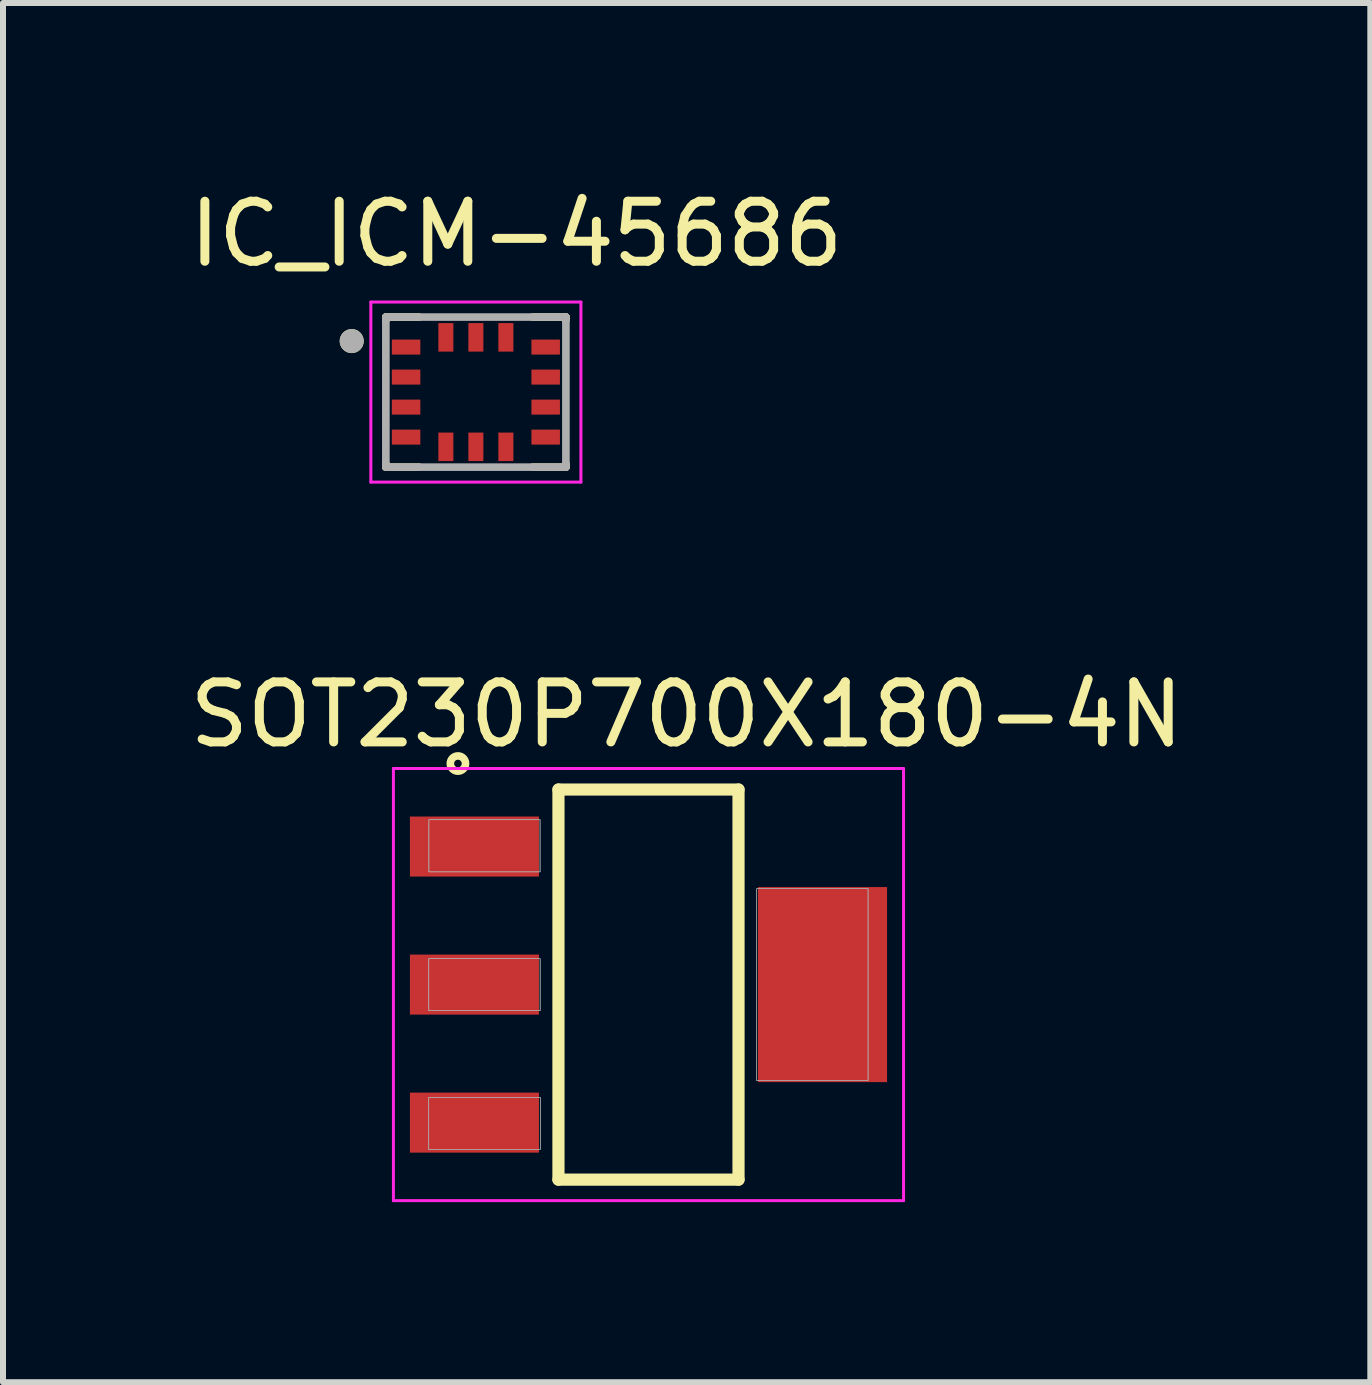
<source format=kicad_pcb>
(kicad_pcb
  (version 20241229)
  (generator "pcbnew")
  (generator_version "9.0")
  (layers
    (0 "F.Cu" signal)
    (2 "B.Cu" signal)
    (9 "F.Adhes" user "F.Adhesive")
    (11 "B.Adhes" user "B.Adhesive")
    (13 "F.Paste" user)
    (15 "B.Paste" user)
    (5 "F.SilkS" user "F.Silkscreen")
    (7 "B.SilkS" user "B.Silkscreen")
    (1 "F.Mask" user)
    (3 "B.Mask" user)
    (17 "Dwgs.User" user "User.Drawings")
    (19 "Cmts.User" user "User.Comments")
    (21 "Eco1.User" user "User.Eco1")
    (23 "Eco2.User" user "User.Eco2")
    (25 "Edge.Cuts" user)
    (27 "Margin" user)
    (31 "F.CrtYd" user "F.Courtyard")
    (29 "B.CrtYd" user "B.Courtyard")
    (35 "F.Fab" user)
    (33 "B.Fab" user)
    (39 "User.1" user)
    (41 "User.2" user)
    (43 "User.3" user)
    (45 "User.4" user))
  (footprint "SOT230P700X180-4N"
    (layer "F.Cu")
    (at 7.755 13.355)
    (property "Reference" "SOT230P700X180-4N" (at 0.635 -4.498 0) (layer "F.SilkS") (effects (font (size 1 1) (thickness 0.15))))
    (attr smd)
    (fp_line (start -1.5 -3.25) (end 1.5 -3.25) (stroke (width 0.203) (type solid)) (layer "F.SilkS"))
    (fp_line (start -1.5 3.25) (end -1.5 -3.25) (stroke (width 0.203) (type solid)) (layer "F.SilkS"))
    (fp_line (start 1.5 -3.25) (end 1.5 3.25) (stroke (width 0.203) (type solid)) (layer "F.SilkS"))
    (fp_line (start 1.5 3.25) (end -1.5 3.25) (stroke (width 0.203) (type solid)) (layer "F.SilkS"))
    (fp_circle (center -3.175 -3.683) (end -3.048 -3.683) (stroke (width 0.127) (type solid)) (fill no) (layer "F.SilkS"))
    (fp_line (start -4.25 -3.6) (end 4.25 -3.6) (stroke (width 0.05) (type solid)) (layer "F.CrtYd"))
    (fp_line (start -4.25 3.6) (end -4.25 -3.6) (stroke (width 0.05) (type solid)) (layer "F.CrtYd"))
    (fp_line (start 4.25 -3.6) (end 4.25 3.6) (stroke (width 0.05) (type solid)) (layer "F.CrtYd"))
    (fp_line (start 4.25 3.6) (end -4.25 3.6) (stroke (width 0.05) (type solid)) (layer "F.CrtYd"))
    (fp_poly (pts (xy -1.807 -2.747) (xy -1.807 -1.878) (xy -3.659 -1.878) (xy -3.659 -2.747)) (stroke (width 0.01) (type solid)) (fill no) (layer "F.Fab"))
    (fp_poly (pts (xy -1.806 -2.746) (xy -1.806 -1.879) (xy -3.659 -1.879) (xy -3.659 -2.746)) (stroke (width 0.01) (type solid)) (fill no) (layer "F.Fab"))
    (fp_poly (pts (xy -1.805 -0.434) (xy -1.805 0.435) (xy -3.661 0.435) (xy -3.661 -0.434)) (stroke (width 0.01) (type solid)) (fill no) (layer "F.Fab"))
    (fp_poly (pts (xy -1.805 -0.433) (xy -1.805 0.434) (xy -3.66 0.434) (xy -3.66 -0.433)) (stroke (width 0.01) (type solid)) (fill no) (layer "F.Fab"))
    (fp_poly (pts (xy -1.803 1.88) (xy -1.803 2.747) (xy -3.661 2.747) (xy -3.661 1.88)) (stroke (width 0.01) (type solid)) (fill no) (layer "F.Fab"))
    (fp_poly (pts (xy -1.803 1.88) (xy -1.803 2.749) (xy -3.663 2.749) (xy -3.663 1.88)) (stroke (width 0.01) (type solid)) (fill no) (layer "F.Fab"))
    (fp_poly (pts (xy 3.658 -1.6) (xy 3.658 1.6) (xy 1.803 1.6) (xy 1.803 -1.6)) (stroke (width 0.01) (type solid)) (fill no) (layer "F.Fab"))
    (fp_poly (pts (xy 3.659 -1.599) (xy 3.659 1.6) (xy 1.804 1.6) (xy 1.804 -1.599)) (stroke (width 0.01) (type solid)) (fill no) (layer "F.Fab"))
    (pad "1" smd rect (at -2.9 -2.3) (size 2.15 1) (layers "F.Cu" "F.Mask" "F.Paste"))
    (pad "2" smd rect (at -2.9 0) (size 2.15 1) (layers "F.Cu" "F.Mask" "F.Paste"))
    (pad "3" smd rect (at -2.9 2.3) (size 2.15 1) (layers "F.Cu" "F.Mask" "F.Paste"))
    (pad "4" smd rect (at 2.9 0) (size 2.15 3.25) (layers "F.Cu" "F.Mask" "F.Paste")))
  (footprint "IC_ICM-45686"
    (layer "F.Cu")
    (at 4.879 3.483)
    (property "Reference" "IC_ICM-45686" (at 0.675 -2.635 0) (layer "F.SilkS") (effects (font (size 1 1) (thickness 0.15))))
    (attr smd)
    (fp_poly (pts (xy -1.45 -0.925) (xy -0.875 -0.925) (xy -0.875 -0.575) (xy -1.45 -0.575)) (stroke (width 0.01) (type solid)) (fill yes) (layer "F.Mask"))
    (fp_poly (pts (xy -1.45 -0.425) (xy -0.875 -0.425) (xy -0.875 -0.075) (xy -1.45 -0.075)) (stroke (width 0.01) (type solid)) (fill yes) (layer "F.Mask"))
    (fp_poly (pts (xy -1.45 0.075) (xy -0.875 0.075) (xy -0.875 0.425) (xy -1.45 0.425)) (stroke (width 0.01) (type solid)) (fill yes) (layer "F.Mask"))
    (fp_poly (pts (xy -1.45 0.575) (xy -0.875 0.575) (xy -0.875 0.925) (xy -1.45 0.925)) (stroke (width 0.01) (type solid)) (fill yes) (layer "F.Mask"))
    (fp_poly (pts (xy -0.675 -1.2) (xy -0.325 -1.2) (xy -0.325 -0.625) (xy -0.675 -0.625)) (stroke (width 0.01) (type solid)) (fill yes) (layer "F.Mask"))
    (fp_poly (pts (xy -0.675 0.625) (xy -0.325 0.625) (xy -0.325 1.2) (xy -0.675 1.2)) (stroke (width 0.01) (type solid)) (fill yes) (layer "F.Mask"))
    (fp_poly (pts (xy -0.175 -1.2) (xy 0.175 -1.2) (xy 0.175 -0.625) (xy -0.175 -0.625)) (stroke (width 0.01) (type solid)) (fill yes) (layer "F.Mask"))
    (fp_poly (pts (xy -0.175 0.625) (xy 0.175 0.625) (xy 0.175 1.2) (xy -0.175 1.2)) (stroke (width 0.01) (type solid)) (fill yes) (layer "F.Mask"))
    (fp_poly (pts (xy 0.325 -1.2) (xy 0.675 -1.2) (xy 0.675 -0.625) (xy 0.325 -0.625)) (stroke (width 0.01) (type solid)) (fill yes) (layer "F.Mask"))
    (fp_poly (pts (xy 0.325 0.625) (xy 0.675 0.625) (xy 0.675 1.2) (xy 0.325 1.2)) (stroke (width 0.01) (type solid)) (fill yes) (layer "F.Mask"))
    (fp_poly (pts (xy 0.875 -0.925) (xy 1.45 -0.925) (xy 1.45 -0.575) (xy 0.875 -0.575)) (stroke (width 0.01) (type solid)) (fill yes) (layer "F.Mask"))
    (fp_poly (pts (xy 0.875 -0.425) (xy 1.45 -0.425) (xy 1.45 -0.075) (xy 0.875 -0.075)) (stroke (width 0.01) (type solid)) (fill yes) (layer "F.Mask"))
    (fp_poly (pts (xy 0.875 0.075) (xy 1.45 0.075) (xy 1.45 0.425) (xy 0.875 0.425)) (stroke (width 0.01) (type solid)) (fill yes) (layer "F.Mask"))
    (fp_poly (pts (xy 0.875 0.575) (xy 1.45 0.575) (xy 1.45 0.925) (xy 0.875 0.925)) (stroke (width 0.01) (type solid)) (fill yes) (layer "F.Mask"))
    (fp_line (start -1.5 -1.25) (end -1.5 -1.195) (stroke (width 0.127) (type solid)) (layer "F.SilkS"))
    (fp_line (start -1.5 -1.25) (end -0.945 -1.25) (stroke (width 0.127) (type solid)) (layer "F.SilkS"))
    (fp_line (start -1.5 1.25) (end -1.5 1.195) (stroke (width 0.127) (type solid)) (layer "F.SilkS"))
    (fp_line (start -0.945 1.25) (end -1.5 1.25) (stroke (width 0.127) (type solid)) (layer "F.SilkS"))
    (fp_line (start 0.945 -1.25) (end 1.5 -1.25) (stroke (width 0.127) (type solid)) (layer "F.SilkS"))
    (fp_line (start 1.5 -1.25) (end 1.5 -1.195) (stroke (width 0.127) (type solid)) (layer "F.SilkS"))
    (fp_line (start 1.5 1.25) (end 0.945 1.25) (stroke (width 0.127) (type solid)) (layer "F.SilkS"))
    (fp_line (start 1.5 1.25) (end 1.5 1.195) (stroke (width 0.127) (type solid)) (layer "F.SilkS"))
    (fp_circle (center -2.069 -0.85) (end -1.969 -0.85) (stroke (width 0.2) (type solid)) (fill no) (layer "F.SilkS"))
    (fp_line (start -1.75 -1.5) (end -1.75 1.5) (stroke (width 0.05) (type solid)) (layer "F.CrtYd"))
    (fp_line (start -1.75 1.5) (end 1.75 1.5) (stroke (width 0.05) (type solid)) (layer "F.CrtYd"))
    (fp_line (start 1.75 -1.5) (end -1.75 -1.5) (stroke (width 0.05) (type solid)) (layer "F.CrtYd"))
    (fp_line (start 1.75 1.5) (end 1.75 -1.5) (stroke (width 0.05) (type solid)) (layer "F.CrtYd"))
    (fp_line (start -1.5 -1.25) (end 1.5 -1.25) (stroke (width 0.127) (type solid)) (layer "F.Fab"))
    (fp_line (start -1.5 1.25) (end -1.5 -1.25) (stroke (width 0.127) (type solid)) (layer "F.Fab"))
    (fp_line (start 1.5 -1.25) (end 1.5 1.25) (stroke (width 0.127) (type solid)) (layer "F.Fab"))
    (fp_line (start 1.5 1.25) (end -1.5 1.25) (stroke (width 0.127) (type solid)) (layer "F.Fab"))
    (fp_circle (center -2.069 -0.85) (end -1.969 -0.85) (stroke (width 0.2) (type solid)) (fill no) (layer "F.Fab"))
    (pad "1" smd rect (at -1.163 -0.75) (size 0.475 0.25) (layers "F.Cu" "F.Paste"))
    (pad "2" smd rect (at -1.163 -0.25) (size 0.475 0.25) (layers "F.Cu" "F.Paste"))
    (pad "3" smd rect (at -1.163 0.25) (size 0.475 0.25) (layers "F.Cu" "F.Paste"))
    (pad "4" smd rect (at -1.163 0.75) (size 0.475 0.25) (layers "F.Cu" "F.Paste"))
    (pad "5" smd rect (at -0.5 0.912) (size 0.25 0.475) (layers "F.Cu" "F.Paste"))
    (pad "6" smd rect (at 0 0.912) (size 0.25 0.475) (layers "F.Cu" "F.Paste"))
    (pad "7" smd rect (at 0.5 0.912) (size 0.25 0.475) (layers "F.Cu" "F.Paste"))
    (pad "8" smd rect (at 1.163 0.75) (size 0.475 0.25) (layers "F.Cu" "F.Paste"))
    (pad "9" smd rect (at 1.163 0.25) (size 0.475 0.25) (layers "F.Cu" "F.Paste"))
    (pad "10" smd rect (at 1.163 -0.25) (size 0.475 0.25) (layers "F.Cu" "F.Paste"))
    (pad "11" smd rect (at 1.163 -0.75) (size 0.475 0.25) (layers "F.Cu" "F.Paste"))
    (pad "12" smd rect (at 0.5 -0.912) (size 0.25 0.475) (layers "F.Cu" "F.Paste"))
    (pad "13" smd rect (at 0 -0.912) (size 0.25 0.475) (layers "F.Cu" "F.Paste"))
    (pad "14" smd rect (at -0.5 -0.912) (size 0.25 0.475) (layers "F.Cu" "F.Paste"))
    (zone (net_name "") (layer "F.Cu") (hatch full 0.508) (connect_pads) (min_thickness 0.01) (filled_areas_thickness no) (keepout (tracks not_allowed) (vias not_allowed) (pads not_allowed) (copperpour not_allowed) (footprints allowed)) (placement (enabled no)) (fill) (polygon (pts (xy 3.979 2.833) (xy 5.779 2.833) (xy 5.779 4.133) (xy 3.979 4.133))))
    (zone (net_name "") (layers "F.Cu" "B.Cu") (hatch full 0.508) (connect_pads) (min_thickness 0.01) (filled_areas_thickness no) (keepout (tracks allowed) (vias not_allowed) (pads allowed) (copperpour allowed) (footprints allowed)) (placement (enabled no)) (fill) (polygon (pts (xy 3.979 2.833) (xy 5.779 2.833) (xy 5.779 4.133) (xy 3.979 4.133)))))
  (gr_rect
    (start -3 -3)
    (end 19.782 19.98)
    (stroke (width 0.1) (type default))
    (fill no)
    (layer "Edge.Cuts")))
</source>
